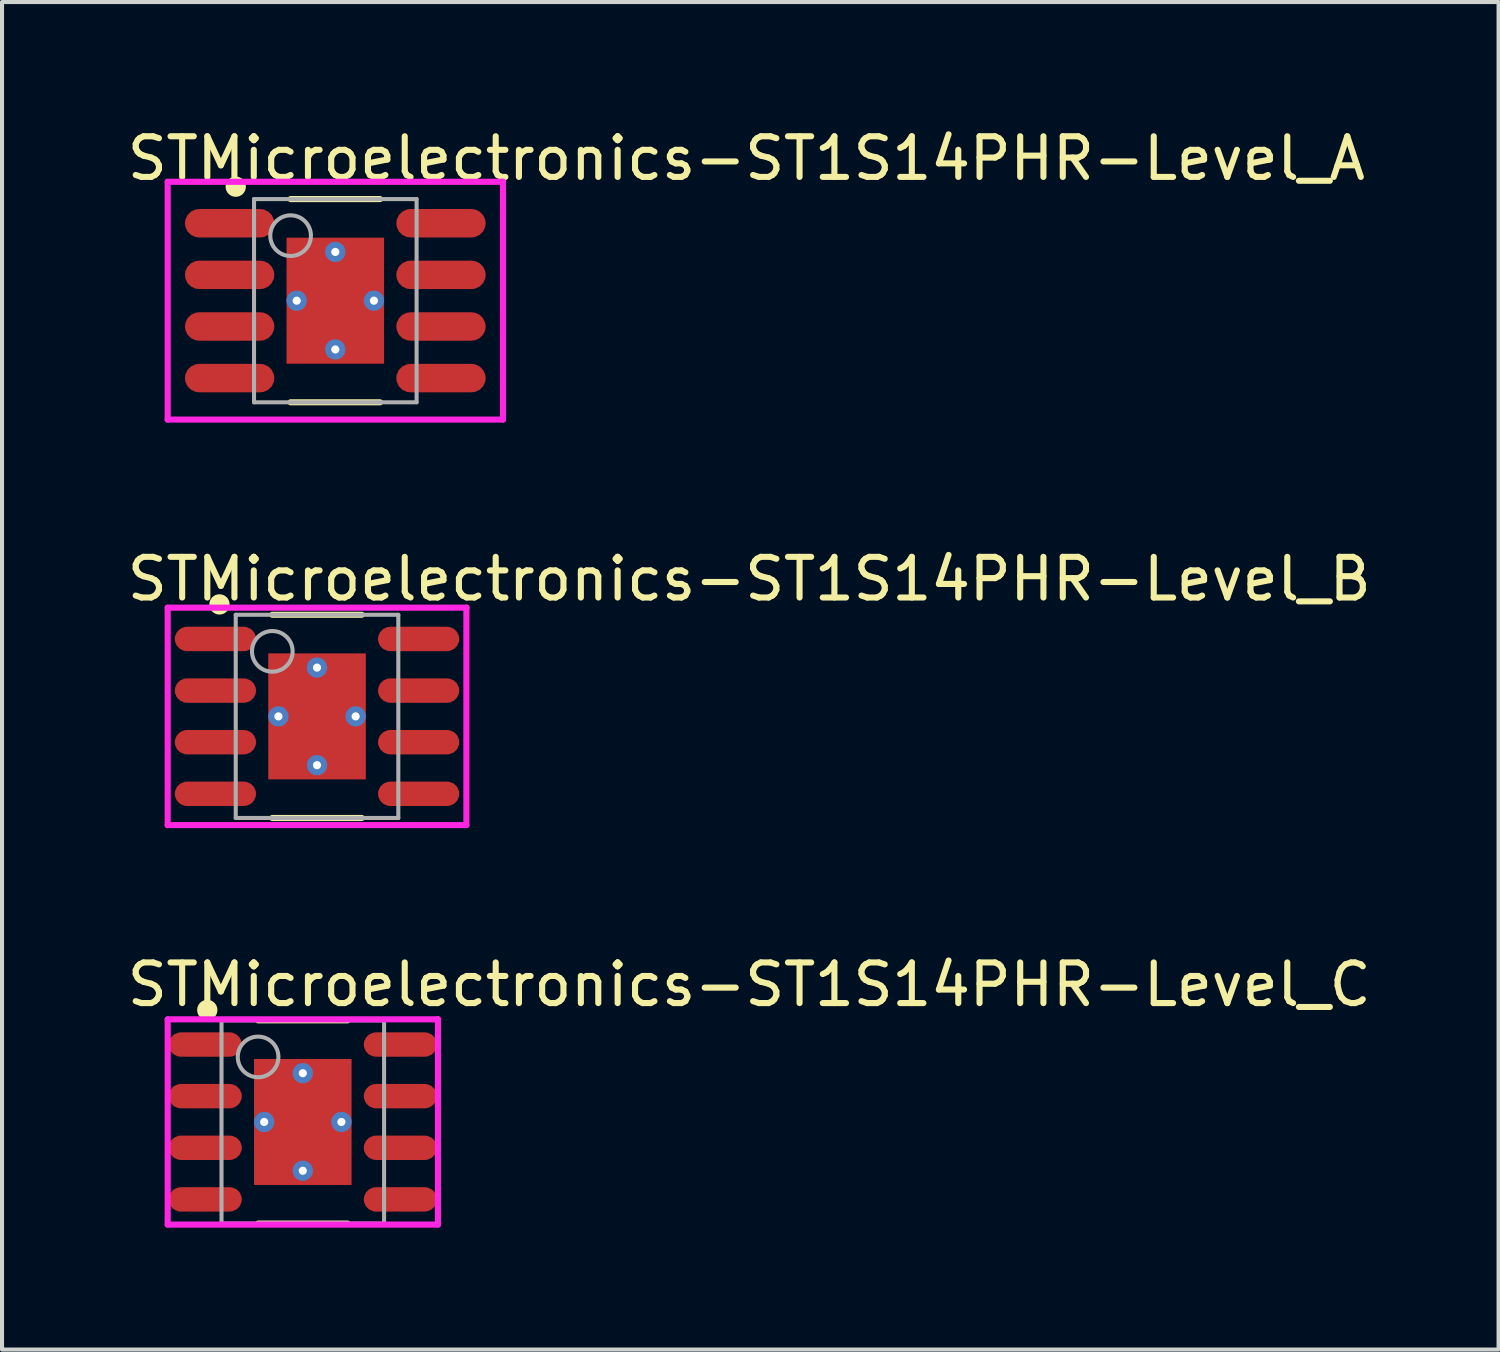
<source format=kicad_pcb>
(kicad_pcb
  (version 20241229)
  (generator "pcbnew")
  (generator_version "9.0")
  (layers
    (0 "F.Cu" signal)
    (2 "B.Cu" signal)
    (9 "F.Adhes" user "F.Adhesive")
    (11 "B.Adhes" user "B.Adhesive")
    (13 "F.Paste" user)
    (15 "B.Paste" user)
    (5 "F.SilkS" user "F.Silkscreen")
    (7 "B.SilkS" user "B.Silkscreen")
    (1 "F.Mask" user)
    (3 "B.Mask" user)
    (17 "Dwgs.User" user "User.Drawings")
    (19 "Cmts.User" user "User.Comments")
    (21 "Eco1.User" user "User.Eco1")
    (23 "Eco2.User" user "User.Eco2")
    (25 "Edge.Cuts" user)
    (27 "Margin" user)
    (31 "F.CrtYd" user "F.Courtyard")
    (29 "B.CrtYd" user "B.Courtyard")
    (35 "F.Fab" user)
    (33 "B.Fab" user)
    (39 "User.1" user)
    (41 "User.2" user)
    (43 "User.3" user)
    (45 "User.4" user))
  (footprint "STMicroelectronics-ST1S14PHR-Level_B"
    (layer "F.Cu")
    (at 4.75 14.576)
    (property "Reference" "STMicroelectronics-ST1S14PHR-Level_B" (at -4.75 -3.38 0) (layer "F.SilkS") (effects (font (size 1 1) (thickness 0.15)) (justify left)))
    (attr through_hole)
    (fp_line (start -1.1 2.5) (end 1.1 2.5) (stroke (width 0.15) (type solid)) (layer "F.SilkS"))
    (fp_line (start -1.1 -2.5) (end 1.1 -2.5) (stroke (width 0.15) (type solid)) (layer "F.SilkS"))
    (fp_circle (center -2.4 -2.755) (end -2.275 -2.755) (stroke (width 0.25) (type solid)) (fill no) (layer "F.SilkS"))
    (fp_poly (pts (xy -0.1 1.45) (xy -1.1 1.45) (xy -1.1 0.1) (xy -0.1 0.1)) (stroke (width 0) (type solid)) (fill yes) (layer "F.Paste"))
    (fp_poly (pts (xy -0.1 -0.1) (xy -1.1 -0.1) (xy -1.1 -1.45) (xy -0.1 -1.45)) (stroke (width 0) (type solid)) (fill yes) (layer "F.Paste"))
    (fp_poly (pts (xy 0.1 -1.45) (xy 1.1 -1.45) (xy 1.1 -0.1) (xy 0.1 -0.1)) (stroke (width 0) (type solid)) (fill yes) (layer "F.Paste"))
    (fp_poly (pts (xy 0.1 0.1) (xy 1.1 0.1) (xy 1.1 1.45) (xy 0.1 1.45)) (stroke (width 0) (type solid)) (fill yes) (layer "F.Paste"))
    (fp_poly (pts (xy 0.6 -0.95) (xy 0.6 0.95) (xy -0.6 0.95) (xy -0.6 -0.95)) (stroke (width 0) (type solid)) (fill yes) (layer "F.Paste"))
    (fp_line (start -3.675 -2.675) (end -3.675 2.675) (stroke (width 0.15) (type solid)) (layer "F.CrtYd"))
    (fp_line (start -3.675 2.675) (end 3.675 2.675) (stroke (width 0.15) (type solid)) (layer "F.CrtYd"))
    (fp_line (start 3.675 -2.675) (end -3.675 -2.675) (stroke (width 0.15) (type solid)) (layer "F.CrtYd"))
    (fp_line (start 3.675 -2.675) (end 3.675 -2.675) (stroke (width 0.15) (type solid)) (layer "F.CrtYd"))
    (fp_line (start 3.675 2.675) (end 3.675 -2.675) (stroke (width 0.15) (type solid)) (layer "F.CrtYd"))
    (fp_line (start -2 -2.5) (end 2 -2.5) (stroke (width 0.1) (type solid)) (layer "F.Fab"))
    (fp_line (start -2 2.5) (end -2 -2.5) (stroke (width 0.1) (type solid)) (layer "F.Fab"))
    (fp_line (start -2 2.5) (end 2 2.5) (stroke (width 0.1) (type solid)) (layer "F.Fab"))
    (fp_line (start 2 2.5) (end 2 -2.5) (stroke (width 0.1) (type solid)) (layer "F.Fab"))
    (fp_circle (center -1.1 -1.6) (end -0.6 -1.6) (stroke (width 0.1) (type solid)) (fill no) (layer "F.Fab"))
    (pad "1" smd roundrect (at -2.5 -1.905 270) (size 0.6 2) (layers "F.Cu" "F.Mask" "F.Paste") (roundrect_rratio 0.5))
    (pad "2" smd roundrect (at -2.5 -0.635 270) (size 0.6 2) (layers "F.Cu" "F.Mask" "F.Paste") (roundrect_rratio 0.5))
    (pad "3" smd roundrect (at -2.5 0.635 270) (size 0.6 2) (layers "F.Cu" "F.Mask" "F.Paste") (roundrect_rratio 0.5))
    (pad "4" smd roundrect (at -2.5 1.905 270) (size 0.6 2) (layers "F.Cu" "F.Mask" "F.Paste") (roundrect_rratio 0.5))
    (pad "5" smd roundrect (at 2.5 1.905 270) (size 0.6 2) (layers "F.Cu" "F.Mask" "F.Paste") (roundrect_rratio 0.5))
    (pad "6" smd roundrect (at 2.5 0.635 270) (size 0.6 2) (layers "F.Cu" "F.Mask" "F.Paste") (roundrect_rratio 0.5))
    (pad "7" smd roundrect (at 2.5 -0.635 270) (size 0.6 2) (layers "F.Cu" "F.Mask" "F.Paste") (roundrect_rratio 0.5))
    (pad "8" smd roundrect (at 2.5 -1.905 270) (size 0.6 2) (layers "F.Cu" "F.Mask" "F.Paste") (roundrect_rratio 0.5))
    (pad "9" smd rect (at 0 0.000001 90) (size 3.1 2.4) (layers "F.Cu" "F.Mask"))
    (pad "~" thru_hole circle (at -0.95 0) (size 0.5 0.5) (drill 0.2) (layers "*.Cu"))
    (pad "~" thru_hole circle (at 0 -1.2) (size 0.5 0.5) (drill 0.2) (layers "*.Cu"))
    (pad "~" thru_hole circle (at 0 1.2) (size 0.5 0.5) (drill 0.2) (layers "*.Cu"))
    (pad "~" thru_hole circle (at 0.95 0) (size 0.5 0.5) (drill 0.2) (layers "*.Cu")))
  (footprint "STMicroelectronics-ST1S14PHR-Level_C"
    (layer "F.Cu")
    (at 4.4 24.555)
    (property "Reference" "STMicroelectronics-ST1S14PHR-Level_C" (at -4.4 -3.38 0) (layer "F.SilkS") (effects (font (size 1 1) (thickness 0.15)) (justify left)))
    (attr through_hole)
    (fp_line (start -1.1 2.5) (end 1.1 2.5) (stroke (width 0.15) (type solid)) (layer "F.SilkS"))
    (fp_line (start -1.1 -2.5) (end 1.1 -2.5) (stroke (width 0.15) (type solid)) (layer "F.SilkS"))
    (fp_circle (center -2.35 -2.755) (end -2.225 -2.755) (stroke (width 0.25) (type solid)) (fill no) (layer "F.SilkS"))
    (fp_poly (pts (xy -0.1 1.45) (xy -1.1 1.45) (xy -1.1 0.1) (xy -0.1 0.1)) (stroke (width 0) (type solid)) (fill yes) (layer "F.Paste"))
    (fp_poly (pts (xy -0.1 -0.1) (xy -1.1 -0.1) (xy -1.1 -1.45) (xy -0.1 -1.45)) (stroke (width 0) (type solid)) (fill yes) (layer "F.Paste"))
    (fp_poly (pts (xy 0.1 -1.45) (xy 1.1 -1.45) (xy 1.1 -0.1) (xy 0.1 -0.1)) (stroke (width 0) (type solid)) (fill yes) (layer "F.Paste"))
    (fp_poly (pts (xy 0.1 0.1) (xy 1.1 0.1) (xy 1.1 1.45) (xy 0.1 1.45)) (stroke (width 0) (type solid)) (fill yes) (layer "F.Paste"))
    (fp_poly (pts (xy 0.6 -0.95) (xy 0.6 0.95) (xy -0.6 0.95) (xy -0.6 -0.95)) (stroke (width 0) (type solid)) (fill yes) (layer "F.Paste"))
    (fp_line (start -3.325 -2.525) (end -3.325 2.525) (stroke (width 0.15) (type solid)) (layer "F.CrtYd"))
    (fp_line (start -3.325 2.525) (end 3.325 2.525) (stroke (width 0.15) (type solid)) (layer "F.CrtYd"))
    (fp_line (start 3.325 -2.525) (end -3.325 -2.525) (stroke (width 0.15) (type solid)) (layer "F.CrtYd"))
    (fp_line (start 3.325 -2.525) (end 3.325 -2.525) (stroke (width 0.15) (type solid)) (layer "F.CrtYd"))
    (fp_line (start 3.325 2.525) (end 3.325 -2.525) (stroke (width 0.15) (type solid)) (layer "F.CrtYd"))
    (fp_line (start -2 -2.5) (end 2 -2.5) (stroke (width 0.1) (type solid)) (layer "F.Fab"))
    (fp_line (start -2 2.5) (end -2 -2.5) (stroke (width 0.1) (type solid)) (layer "F.Fab"))
    (fp_line (start -2 2.5) (end 2 2.5) (stroke (width 0.1) (type solid)) (layer "F.Fab"))
    (fp_line (start 2 2.5) (end 2 -2.5) (stroke (width 0.1) (type solid)) (layer "F.Fab"))
    (fp_circle (center -1.1 -1.6) (end -0.6 -1.6) (stroke (width 0.1) (type solid)) (fill no) (layer "F.Fab"))
    (pad "1" smd roundrect (at -2.4 -1.905 270) (size 0.6 1.8) (layers "F.Cu" "F.Mask" "F.Paste") (roundrect_rratio 0.5))
    (pad "2" smd roundrect (at -2.4 -0.635 270) (size 0.6 1.8) (layers "F.Cu" "F.Mask" "F.Paste") (roundrect_rratio 0.5))
    (pad "3" smd roundrect (at -2.4 0.635 270) (size 0.6 1.8) (layers "F.Cu" "F.Mask" "F.Paste") (roundrect_rratio 0.5))
    (pad "4" smd roundrect (at -2.4 1.905 270) (size 0.6 1.8) (layers "F.Cu" "F.Mask" "F.Paste") (roundrect_rratio 0.5))
    (pad "5" smd roundrect (at 2.4 1.905 270) (size 0.6 1.8) (layers "F.Cu" "F.Mask" "F.Paste") (roundrect_rratio 0.5))
    (pad "6" smd roundrect (at 2.4 0.635 270) (size 0.6 1.8) (layers "F.Cu" "F.Mask" "F.Paste") (roundrect_rratio 0.5))
    (pad "7" smd roundrect (at 2.4 -0.635 270) (size 0.6 1.8) (layers "F.Cu" "F.Mask" "F.Paste") (roundrect_rratio 0.5))
    (pad "8" smd roundrect (at 2.4 -1.905 270) (size 0.6 1.8) (layers "F.Cu" "F.Mask" "F.Paste") (roundrect_rratio 0.5))
    (pad "9" smd rect (at 0 0.000001 90) (size 3.1 2.4) (layers "F.Cu" "F.Mask"))
    (pad "~" thru_hole circle (at -0.95 0) (size 0.5 0.5) (drill 0.2) (layers "*.Cu"))
    (pad "~" thru_hole circle (at 0 -1.2) (size 0.5 0.5) (drill 0.2) (layers "*.Cu"))
    (pad "~" thru_hole circle (at 0 1.2) (size 0.5 0.5) (drill 0.2) (layers "*.Cu"))
    (pad "~" thru_hole circle (at 0.95 0) (size 0.5 0.5) (drill 0.2) (layers "*.Cu")))
  (footprint "STMicroelectronics-ST1S14PHR-Level_A"
    (layer "F.Cu")
    (at 5.2 4.348)
    (property "Reference" "STMicroelectronics-ST1S14PHR-Level_A" (at -5.2 -3.5 0) (layer "F.SilkS") (effects (font (size 1 1) (thickness 0.15)) (justify left)))
    (attr through_hole)
    (fp_line (start -1.1 2.5) (end 1.1 2.5) (stroke (width 0.15) (type solid)) (layer "F.SilkS"))
    (fp_line (start -1.1 -2.5) (end 1.1 -2.5) (stroke (width 0.15) (type solid)) (layer "F.SilkS"))
    (fp_circle (center -2.45 -2.805) (end -2.325 -2.805) (stroke (width 0.25) (type solid)) (fill no) (layer "F.SilkS"))
    (fp_poly (pts (xy -0.1 -0.1) (xy -1.1 -0.1) (xy -1.1 -1.45) (xy -0.1 -1.45)) (stroke (width 0) (type solid)) (fill yes) (layer "F.Paste"))
    (fp_poly (pts (xy -0.1 1.45) (xy -1.1 1.45) (xy -1.1 0.1) (xy -0.1 0.1)) (stroke (width 0) (type solid)) (fill yes) (layer "F.Paste"))
    (fp_poly (pts (xy 0.1 -1.45) (xy 1.1 -1.45) (xy 1.1 -0.1) (xy 0.1 -0.1)) (stroke (width 0) (type solid)) (fill yes) (layer "F.Paste"))
    (fp_poly (pts (xy 0.1 0.1) (xy 1.1 0.1) (xy 1.1 1.45) (xy 0.1 1.45)) (stroke (width 0) (type solid)) (fill yes) (layer "F.Paste"))
    (fp_poly (pts (xy 0.6 -0.95) (xy 0.6 0.95) (xy -0.6 0.95) (xy -0.6 -0.95)) (stroke (width 0) (type solid)) (fill yes) (layer "F.Paste"))
    (fp_line (start -4.125 -2.925) (end -4.125 2.925) (stroke (width 0.15) (type solid)) (layer "F.CrtYd"))
    (fp_line (start -4.125 2.925) (end 4.125 2.925) (stroke (width 0.15) (type solid)) (layer "F.CrtYd"))
    (fp_line (start 4.125 -2.925) (end -4.125 -2.925) (stroke (width 0.15) (type solid)) (layer "F.CrtYd"))
    (fp_line (start 4.125 -2.925) (end 4.125 -2.925) (stroke (width 0.15) (type solid)) (layer "F.CrtYd"))
    (fp_line (start 4.125 2.925) (end 4.125 -2.925) (stroke (width 0.15) (type solid)) (layer "F.CrtYd"))
    (fp_line (start -2 -2.5) (end 2 -2.5) (stroke (width 0.1) (type solid)) (layer "F.Fab"))
    (fp_line (start -2 2.5) (end -2 -2.5) (stroke (width 0.1) (type solid)) (layer "F.Fab"))
    (fp_line (start -2 2.5) (end 2 2.5) (stroke (width 0.1) (type solid)) (layer "F.Fab"))
    (fp_line (start 2 2.5) (end 2 -2.5) (stroke (width 0.1) (type solid)) (layer "F.Fab"))
    (fp_circle (center -1.1 -1.6) (end -0.6 -1.6) (stroke (width 0.1) (type solid)) (fill no) (layer "F.Fab"))
    (pad "1" smd roundrect (at -2.6 -1.905 270) (size 0.7 2.2) (layers "F.Cu" "F.Mask" "F.Paste") (roundrect_rratio 0.5))
    (pad "2" smd roundrect (at -2.6 -0.635 270) (size 0.7 2.2) (layers "F.Cu" "F.Mask" "F.Paste") (roundrect_rratio 0.5))
    (pad "3" smd roundrect (at -2.6 0.635 270) (size 0.7 2.2) (layers "F.Cu" "F.Mask" "F.Paste") (roundrect_rratio 0.5))
    (pad "4" smd roundrect (at -2.6 1.905 270) (size 0.7 2.2) (layers "F.Cu" "F.Mask" "F.Paste") (roundrect_rratio 0.5))
    (pad "5" smd roundrect (at 2.6 1.905 270) (size 0.7 2.2) (layers "F.Cu" "F.Mask" "F.Paste") (roundrect_rratio 0.5))
    (pad "6" smd roundrect (at 2.6 0.635 270) (size 0.7 2.2) (layers "F.Cu" "F.Mask" "F.Paste") (roundrect_rratio 0.5))
    (pad "7" smd roundrect (at 2.6 -0.635 270) (size 0.7 2.2) (layers "F.Cu" "F.Mask" "F.Paste") (roundrect_rratio 0.5))
    (pad "8" smd roundrect (at 2.6 -1.905 270) (size 0.7 2.2) (layers "F.Cu" "F.Mask" "F.Paste") (roundrect_rratio 0.5))
    (pad "9" smd rect (at -0.000081 0.000082 90) (size 3.1 2.4) (layers "F.Cu" "F.Mask"))
    (pad "~" thru_hole circle (at -0.95 0.000081) (size 0.5 0.5) (drill 0.2) (layers "*.Cu"))
    (pad "~" thru_hole circle (at -0.000081 -1.2) (size 0.5 0.5) (drill 0.2) (layers "*.Cu"))
    (pad "~" thru_hole circle (at -0.000081 1.2) (size 0.5 0.5) (drill 0.2) (layers "*.Cu"))
    (pad "~" thru_hole circle (at 0.95 0.000081) (size 0.5 0.5) (drill 0.2) (layers "*.Cu")))
  (gr_rect
    (start -3 -3)
    (end 33.821 30.155)
    (stroke (width 0.1) (type default))
    (fill no)
    (layer "Edge.Cuts")))
</source>
